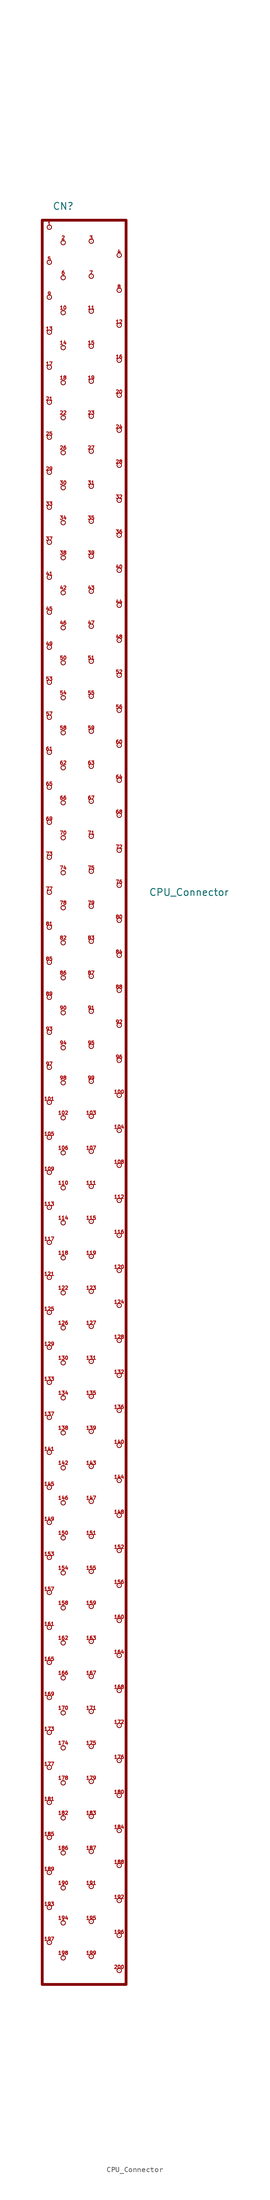
<source format=kicad_sym>
(kicad_symbol_lib
  (version 20220914)
  (generator kicad_symbol_editor)
  (symbol "CPU_Connector"
    (pin_names
      (offset 1.016))
    (property "Reference" "CN"
      (at -2.54 124.46 0)
      (effects (font (size 1.27 1.27))))
    (property "Value" "CPU_Connector"
      (at 20.32 0 0)
      (effects (font (size 1.27 1.27))))
    (symbol "CPU_Connector_1_1"
      (rectangle (start -6.35 121.92) (end 8.89 -198.12) (stroke (width 0.508) (type solid)) (fill (type none)))
      (circle (center -5.055 -190.5) (radius 0.406) (stroke (width 0) (type solid)) (fill (type none)))
      (circle (center -5.055 -184.15) (radius 0.406) (stroke (width 0) (type solid)) (fill (type none)))
      (circle (center -5.055 -177.8) (radius 0.406) (stroke (width 0) (type solid)) (fill (type none)))
      (circle (center -5.055 -171.45) (radius 0.406) (stroke (width 0) (type solid)) (fill (type none)))
      (circle (center -5.055 -165.1) (radius 0.406) (stroke (width 0) (type solid)) (fill (type none)))
      (circle (center -5.055 -158.75) (radius 0.406) (stroke (width 0) (type solid)) (fill (type none)))
      (circle (center -5.055 -152.4) (radius 0.406) (stroke (width 0) (type solid)) (fill (type none)))
      (circle (center -5.055 -146.05) (radius 0.406) (stroke (width 0) (type solid)) (fill (type none)))
      (circle (center -5.055 -139.7) (radius 0.406) (stroke (width 0) (type solid)) (fill (type none)))
      (circle (center -5.055 -133.35) (radius 0.406) (stroke (width 0) (type solid)) (fill (type none)))
      (circle (center -5.055 -127) (radius 0.406) (stroke (width 0) (type solid)) (fill (type none)))
      (circle (center -5.055 -120.65) (radius 0.406) (stroke (width 0) (type solid)) (fill (type none)))
      (circle (center -5.055 -114.3) (radius 0.406) (stroke (width 0) (type solid)) (fill (type none)))
      (circle (center -5.055 -107.95) (radius 0.406) (stroke (width 0) (type solid)) (fill (type none)))
      (circle (center -5.055 -101.6) (radius 0.406) (stroke (width 0) (type solid)) (fill (type none)))
      (circle (center -5.055 -95.25) (radius 0.406) (stroke (width 0) (type solid)) (fill (type none)))
      (circle (center -5.055 -88.9) (radius 0.406) (stroke (width 0) (type solid)) (fill (type none)))
      (circle (center -5.055 -82.55) (radius 0.406) (stroke (width 0) (type solid)) (fill (type none)))
      (circle (center -5.055 -76.2) (radius 0.406) (stroke (width 0) (type solid)) (fill (type none)))
      (circle (center -5.055 -69.85) (radius 0.406) (stroke (width 0) (type solid)) (fill (type none)))
      (circle (center -5.055 -63.5) (radius 0.406) (stroke (width 0) (type solid)) (fill (type none)))
      (circle (center -5.055 -57.15) (radius 0.406) (stroke (width 0) (type solid)) (fill (type none)))
      (circle (center -5.055 -50.8) (radius 0.406) (stroke (width 0) (type solid)) (fill (type none)))
      (circle (center -5.055 -44.45) (radius 0.406) (stroke (width 0) (type solid)) (fill (type none)))
      (circle (center -5.055 -38.1) (radius 0.406) (stroke (width 0) (type solid)) (fill (type none)))
      (circle (center -5.055 -31.75) (radius 0.406) (stroke (width 0) (type solid)) (fill (type none)))
      (circle (center -5.055 -25.4) (radius 0.406) (stroke (width 0) (type solid)) (fill (type none)))
      (circle (center -5.055 -19.05) (radius 0.406) (stroke (width 0) (type solid)) (fill (type none)))
      (circle (center -5.055 -12.7) (radius 0.406) (stroke (width 0) (type solid)) (fill (type none)))
      (circle (center -5.055 -6.35) (radius 0.406) (stroke (width 0) (type solid)) (fill (type none)))
      (circle (center -5.055 0) (radius 0.406) (stroke (width 0) (type solid)) (fill (type none)))
      (circle (center -5.055 6.35) (radius 0.406) (stroke (width 0) (type solid)) (fill (type none)))
      (circle (center -5.055 12.7) (radius 0.406) (stroke (width 0) (type solid)) (fill (type none)))
      (circle (center -5.055 19.05) (radius 0.406) (stroke (width 0) (type solid)) (fill (type none)))
      (circle (center -5.055 25.4) (radius 0.406) (stroke (width 0) (type solid)) (fill (type none)))
      (circle (center -5.055 31.75) (radius 0.406) (stroke (width 0) (type solid)) (fill (type none)))
      (circle (center -5.055 38.1) (radius 0.406) (stroke (width 0) (type solid)) (fill (type none)))
      (circle (center -5.055 44.45) (radius 0.406) (stroke (width 0) (type solid)) (fill (type none)))
      (circle (center -5.055 50.8) (radius 0.406) (stroke (width 0) (type solid)) (fill (type none)))
      (circle (center -5.055 57.15) (radius 0.406) (stroke (width 0) (type solid)) (fill (type none)))
      (circle (center -5.055 63.5) (radius 0.406) (stroke (width 0) (type solid)) (fill (type none)))
      (circle (center -5.055 69.85) (radius 0.406) (stroke (width 0) (type solid)) (fill (type none)))
      (circle (center -5.055 76.2) (radius 0.406) (stroke (width 0) (type solid)) (fill (type none)))
      (circle (center -5.055 82.55) (radius 0.406) (stroke (width 0) (type solid)) (fill (type none)))
      (circle (center -5.055 88.9) (radius 0.406) (stroke (width 0) (type solid)) (fill (type none)))
      (circle (center -5.055 95.25) (radius 0.406) (stroke (width 0) (type solid)) (fill (type none)))
      (circle (center -5.055 101.6) (radius 0.406) (stroke (width 0) (type solid)) (fill (type none)))
      (circle (center -5.055 107.95) (radius 0.406) (stroke (width 0) (type solid)) (fill (type none)))
      (circle (center -5.055 114.3) (radius 0.406) (stroke (width 0) (type solid)) (fill (type none)))
      (circle (center -5.055 120.65) (radius 0.406) (stroke (width 0) (type solid)) (fill (type none)))
      (circle (center -2.54 -193.294) (radius 0.406) (stroke (width 0) (type solid)) (fill (type none)))
      (circle (center -2.54 -186.944) (radius 0.406) (stroke (width 0) (type solid)) (fill (type none)))
      (circle (center -2.54 -180.594) (radius 0.406) (stroke (width 0) (type solid)) (fill (type none)))
      (circle (center -2.54 -174.244) (radius 0.406) (stroke (width 0) (type solid)) (fill (type none)))
      (circle (center -2.54 -167.894) (radius 0.406) (stroke (width 0) (type solid)) (fill (type none)))
      (circle (center -2.54 -161.544) (radius 0.406) (stroke (width 0) (type solid)) (fill (type none)))
      (circle (center -2.54 -155.194) (radius 0.406) (stroke (width 0) (type solid)) (fill (type none)))
      (circle (center -2.54 -148.844) (radius 0.406) (stroke (width 0) (type solid)) (fill (type none)))
      (circle (center -2.54 -142.494) (radius 0.406) (stroke (width 0) (type solid)) (fill (type none)))
      (circle (center -2.54 -136.144) (radius 0.406) (stroke (width 0) (type solid)) (fill (type none)))
      (circle (center -2.54 -129.794) (radius 0.406) (stroke (width 0) (type solid)) (fill (type none)))
      (circle (center -2.54 -123.444) (radius 0.406) (stroke (width 0) (type solid)) (fill (type none)))
      (circle (center -2.54 -117.094) (radius 0.406) (stroke (width 0) (type solid)) (fill (type none)))
      (circle (center -2.54 -110.744) (radius 0.406) (stroke (width 0) (type solid)) (fill (type none)))
      (circle (center -2.54 -104.394) (radius 0.406) (stroke (width 0) (type solid)) (fill (type none)))
      (circle (center -2.54 -98.044) (radius 0.406) (stroke (width 0) (type solid)) (fill (type none)))
      (circle (center -2.54 -91.694) (radius 0.406) (stroke (width 0) (type solid)) (fill (type none)))
      (circle (center -2.54 -85.344) (radius 0.406) (stroke (width 0) (type solid)) (fill (type none)))
      (circle (center -2.54 -78.994) (radius 0.406) (stroke (width 0) (type solid)) (fill (type none)))
      (circle (center -2.54 -72.644) (radius 0.406) (stroke (width 0) (type solid)) (fill (type none)))
      (circle (center -2.54 -66.294) (radius 0.406) (stroke (width 0) (type solid)) (fill (type none)))
      (circle (center -2.54 -59.944) (radius 0.406) (stroke (width 0) (type solid)) (fill (type none)))
      (circle (center -2.54 -53.594) (radius 0.406) (stroke (width 0) (type solid)) (fill (type none)))
      (circle (center -2.54 -47.244) (radius 0.406) (stroke (width 0) (type solid)) (fill (type none)))
      (circle (center -2.54 -40.894) (radius 0.406) (stroke (width 0) (type solid)) (fill (type none)))
      (circle (center -2.54 -34.544) (radius 0.406) (stroke (width 0) (type solid)) (fill (type none)))
      (circle (center -2.54 -28.194) (radius 0.406) (stroke (width 0) (type solid)) (fill (type none)))
      (circle (center -2.54 -21.844) (radius 0.406) (stroke (width 0) (type solid)) (fill (type none)))
      (circle (center -2.54 -15.494) (radius 0.406) (stroke (width 0) (type solid)) (fill (type none)))
      (circle (center -2.54 -9.144) (radius 0.406) (stroke (width 0) (type solid)) (fill (type none)))
      (circle (center -2.54 -2.794) (radius 0.406) (stroke (width 0) (type solid)) (fill (type none)))
      (circle (center -2.54 3.556) (radius 0.406) (stroke (width 0) (type solid)) (fill (type none)))
      (circle (center -2.54 9.906) (radius 0.406) (stroke (width 0) (type solid)) (fill (type none)))
      (circle (center -2.54 16.256) (radius 0.406) (stroke (width 0) (type solid)) (fill (type none)))
      (circle (center -2.54 22.606) (radius 0.406) (stroke (width 0) (type solid)) (fill (type none)))
      (circle (center -2.54 28.956) (radius 0.406) (stroke (width 0) (type solid)) (fill (type none)))
      (circle (center -2.54 35.306) (radius 0.406) (stroke (width 0) (type solid)) (fill (type none)))
      (circle (center -2.54 41.656) (radius 0.406) (stroke (width 0) (type solid)) (fill (type none)))
      (circle (center -2.54 48.006) (radius 0.406) (stroke (width 0) (type solid)) (fill (type none)))
      (circle (center -2.54 54.356) (radius 0.406) (stroke (width 0) (type solid)) (fill (type none)))
      (circle (center -2.54 60.706) (radius 0.406) (stroke (width 0) (type solid)) (fill (type none)))
      (circle (center -2.54 67.056) (radius 0.406) (stroke (width 0) (type solid)) (fill (type none)))
      (circle (center -2.54 73.406) (radius 0.406) (stroke (width 0) (type solid)) (fill (type none)))
      (circle (center -2.54 79.756) (radius 0.406) (stroke (width 0) (type solid)) (fill (type none)))
      (circle (center -2.54 86.106) (radius 0.406) (stroke (width 0) (type solid)) (fill (type none)))
      (circle (center -2.54 92.456) (radius 0.406) (stroke (width 0) (type solid)) (fill (type none)))
      (circle (center -2.54 98.806) (radius 0.406) (stroke (width 0) (type solid)) (fill (type none)))
      (circle (center -2.54 105.156) (radius 0.406) (stroke (width 0) (type solid)) (fill (type none)))
      (circle (center -2.54 111.506) (radius 0.406) (stroke (width 0) (type solid)) (fill (type none)))
      (circle (center -2.54 117.856) (radius 0.406) (stroke (width 0) (type solid)) (fill (type none)))
      (circle (center 2.565 -193.04) (radius 0.406) (stroke (width 0) (type solid)) (fill (type none)))
      (circle (center 2.565 -186.69) (radius 0.406) (stroke (width 0) (type solid)) (fill (type none)))
      (circle (center 2.565 -180.34) (radius 0.406) (stroke (width 0) (type solid)) (fill (type none)))
      (circle (center 2.565 -173.99) (radius 0.406) (stroke (width 0) (type solid)) (fill (type none)))
      (circle (center 2.565 -167.64) (radius 0.406) (stroke (width 0) (type solid)) (fill (type none)))
      (circle (center 2.565 -161.29) (radius 0.406) (stroke (width 0) (type solid)) (fill (type none)))
      (circle (center 2.565 -154.94) (radius 0.406) (stroke (width 0) (type solid)) (fill (type none)))
      (circle (center 2.565 -148.59) (radius 0.406) (stroke (width 0) (type solid)) (fill (type none)))
      (circle (center 2.565 -142.24) (radius 0.406) (stroke (width 0) (type solid)) (fill (type none)))
      (circle (center 2.565 -135.89) (radius 0.406) (stroke (width 0) (type solid)) (fill (type none)))
      (circle (center 2.565 -129.54) (radius 0.406) (stroke (width 0) (type solid)) (fill (type none)))
      (circle (center 2.565 -123.19) (radius 0.406) (stroke (width 0) (type solid)) (fill (type none)))
      (circle (center 2.565 -116.84) (radius 0.406) (stroke (width 0) (type solid)) (fill (type none)))
      (circle (center 2.565 -110.49) (radius 0.406) (stroke (width 0) (type solid)) (fill (type none)))
      (circle (center 2.565 -104.14) (radius 0.406) (stroke (width 0) (type solid)) (fill (type none)))
      (circle (center 2.565 -97.79) (radius 0.406) (stroke (width 0) (type solid)) (fill (type none)))
      (circle (center 2.565 -91.44) (radius 0.406) (stroke (width 0) (type solid)) (fill (type none)))
      (circle (center 2.565 -85.09) (radius 0.406) (stroke (width 0) (type solid)) (fill (type none)))
      (circle (center 2.565 -78.74) (radius 0.406) (stroke (width 0) (type solid)) (fill (type none)))
      (circle (center 2.565 -72.39) (radius 0.406) (stroke (width 0) (type solid)) (fill (type none)))
      (circle (center 2.565 -66.04) (radius 0.406) (stroke (width 0) (type solid)) (fill (type none)))
      (circle (center 2.565 -59.69) (radius 0.406) (stroke (width 0) (type solid)) (fill (type none)))
      (circle (center 2.565 -53.34) (radius 0.406) (stroke (width 0) (type solid)) (fill (type none)))
      (circle (center 2.565 -46.99) (radius 0.406) (stroke (width 0) (type solid)) (fill (type none)))
      (circle (center 2.565 -40.64) (radius 0.406) (stroke (width 0) (type solid)) (fill (type none)))
      (circle (center 2.565 -34.29) (radius 0.406) (stroke (width 0) (type solid)) (fill (type none)))
      (circle (center 2.565 -27.94) (radius 0.406) (stroke (width 0) (type solid)) (fill (type none)))
      (circle (center 2.565 -21.59) (radius 0.406) (stroke (width 0) (type solid)) (fill (type none)))
      (circle (center 2.565 -15.24) (radius 0.406) (stroke (width 0) (type solid)) (fill (type none)))
      (circle (center 2.565 -8.89) (radius 0.406) (stroke (width 0) (type solid)) (fill (type none)))
      (circle (center 2.565 -2.54) (radius 0.406) (stroke (width 0) (type solid)) (fill (type none)))
      (circle (center 2.565 3.81) (radius 0.406) (stroke (width 0) (type solid)) (fill (type none)))
      (circle (center 2.565 10.16) (radius 0.406) (stroke (width 0) (type solid)) (fill (type none)))
      (circle (center 2.565 16.51) (radius 0.406) (stroke (width 0) (type solid)) (fill (type none)))
      (circle (center 2.565 22.86) (radius 0.406) (stroke (width 0) (type solid)) (fill (type none)))
      (circle (center 2.565 29.21) (radius 0.406) (stroke (width 0) (type solid)) (fill (type none)))
      (circle (center 2.565 35.56) (radius 0.406) (stroke (width 0) (type solid)) (fill (type none)))
      (circle (center 2.565 41.91) (radius 0.406) (stroke (width 0) (type solid)) (fill (type none)))
      (circle (center 2.565 48.26) (radius 0.406) (stroke (width 0) (type solid)) (fill (type none)))
      (circle (center 2.565 54.61) (radius 0.406) (stroke (width 0) (type solid)) (fill (type none)))
      (circle (center 2.565 60.96) (radius 0.406) (stroke (width 0) (type solid)) (fill (type none)))
      (circle (center 2.565 67.31) (radius 0.406) (stroke (width 0) (type solid)) (fill (type none)))
      (circle (center 2.565 73.66) (radius 0.406) (stroke (width 0) (type solid)) (fill (type none)))
      (circle (center 2.565 80.01) (radius 0.406) (stroke (width 0) (type solid)) (fill (type none)))
      (circle (center 2.565 86.36) (radius 0.406) (stroke (width 0) (type solid)) (fill (type none)))
      (circle (center 2.565 92.71) (radius 0.406) (stroke (width 0) (type solid)) (fill (type none)))
      (circle (center 2.565 99.06) (radius 0.406) (stroke (width 0) (type solid)) (fill (type none)))
      (circle (center 2.565 105.41) (radius 0.406) (stroke (width 0) (type solid)) (fill (type none)))
      (circle (center 2.565 111.76) (radius 0.406) (stroke (width 0) (type solid)) (fill (type none)))
      (circle (center 2.565 118.11) (radius 0.406) (stroke (width 0) (type solid)) (fill (type none)))
      (circle (center 7.645 -195.58) (radius 0.406) (stroke (width 0) (type solid)) (fill (type none)))
      (circle (center 7.645 -189.23) (radius 0.406) (stroke (width 0) (type solid)) (fill (type none)))
      (circle (center 7.645 -182.88) (radius 0.406) (stroke (width 0) (type solid)) (fill (type none)))
      (circle (center 7.645 -176.53) (radius 0.406) (stroke (width 0) (type solid)) (fill (type none)))
      (circle (center 7.645 -170.18) (radius 0.406) (stroke (width 0) (type solid)) (fill (type none)))
      (circle (center 7.645 -163.83) (radius 0.406) (stroke (width 0) (type solid)) (fill (type none)))
      (circle (center 7.645 -157.48) (radius 0.406) (stroke (width 0) (type solid)) (fill (type none)))
      (circle (center 7.645 -151.13) (radius 0.406) (stroke (width 0) (type solid)) (fill (type none)))
      (circle (center 7.645 -144.78) (radius 0.406) (stroke (width 0) (type solid)) (fill (type none)))
      (circle (center 7.645 -138.43) (radius 0.406) (stroke (width 0) (type solid)) (fill (type none)))
      (circle (center 7.645 -132.08) (radius 0.406) (stroke (width 0) (type solid)) (fill (type none)))
      (circle (center 7.645 -125.73) (radius 0.406) (stroke (width 0) (type solid)) (fill (type none)))
      (circle (center 7.645 -119.38) (radius 0.406) (stroke (width 0) (type solid)) (fill (type none)))
      (circle (center 7.645 -113.03) (radius 0.406) (stroke (width 0) (type solid)) (fill (type none)))
      (circle (center 7.645 -106.68) (radius 0.406) (stroke (width 0) (type solid)) (fill (type none)))
      (circle (center 7.645 -100.33) (radius 0.406) (stroke (width 0) (type solid)) (fill (type none)))
      (circle (center 7.645 -93.98) (radius 0.406) (stroke (width 0) (type solid)) (fill (type none)))
      (circle (center 7.645 -87.63) (radius 0.406) (stroke (width 0) (type solid)) (fill (type none)))
      (circle (center 7.645 -81.28) (radius 0.406) (stroke (width 0) (type solid)) (fill (type none)))
      (circle (center 7.645 -74.93) (radius 0.406) (stroke (width 0) (type solid)) (fill (type none)))
      (circle (center 7.645 -68.58) (radius 0.406) (stroke (width 0) (type solid)) (fill (type none)))
      (circle (center 7.645 -62.23) (radius 0.406) (stroke (width 0) (type solid)) (fill (type none)))
      (circle (center 7.645 -55.88) (radius 0.406) (stroke (width 0) (type solid)) (fill (type none)))
      (circle (center 7.645 -49.53) (radius 0.406) (stroke (width 0) (type solid)) (fill (type none)))
      (circle (center 7.645 -43.18) (radius 0.406) (stroke (width 0) (type solid)) (fill (type none)))
      (circle (center 7.645 -36.83) (radius 0.406) (stroke (width 0) (type solid)) (fill (type none)))
      (circle (center 7.645 -30.48) (radius 0.406) (stroke (width 0) (type solid)) (fill (type none)))
      (circle (center 7.645 -24.13) (radius 0.406) (stroke (width 0) (type solid)) (fill (type none)))
      (circle (center 7.645 -17.78) (radius 0.406) (stroke (width 0) (type solid)) (fill (type none)))
      (circle (center 7.645 -11.43) (radius 0.406) (stroke (width 0) (type solid)) (fill (type none)))
      (circle (center 7.645 -5.08) (radius 0.406) (stroke (width 0) (type solid)) (fill (type none)))
      (circle (center 7.645 1.27) (radius 0.406) (stroke (width 0) (type solid)) (fill (type none)))
      (circle (center 7.645 7.62) (radius 0.406) (stroke (width 0) (type solid)) (fill (type none)))
      (circle (center 7.645 13.97) (radius 0.406) (stroke (width 0) (type solid)) (fill (type none)))
      (circle (center 7.645 20.32) (radius 0.406) (stroke (width 0) (type solid)) (fill (type none)))
      (circle (center 7.645 26.67) (radius 0.406) (stroke (width 0) (type solid)) (fill (type none)))
      (circle (center 7.645 33.02) (radius 0.406) (stroke (width 0) (type solid)) (fill (type none)))
      (circle (center 7.645 39.37) (radius 0.406) (stroke (width 0) (type solid)) (fill (type none)))
      (circle (center 7.645 45.72) (radius 0.406) (stroke (width 0) (type solid)) (fill (type none)))
      (circle (center 7.645 52.07) (radius 0.406) (stroke (width 0) (type solid)) (fill (type none)))
      (circle (center 7.645 58.42) (radius 0.406) (stroke (width 0) (type solid)) (fill (type none)))
      (circle (center 7.645 64.77) (radius 0.406) (stroke (width 0) (type solid)) (fill (type none)))
      (circle (center 7.645 71.12) (radius 0.406) (stroke (width 0) (type solid)) (fill (type none)))
      (circle (center 7.645 77.47) (radius 0.406) (stroke (width 0) (type solid)) (fill (type none)))
      (circle (center 7.645 83.82) (radius 0.406) (stroke (width 0) (type solid)) (fill (type none)))
      (circle (center 7.645 90.17) (radius 0.406) (stroke (width 0) (type solid)) (fill (type none)))
      (circle (center 7.645 96.52) (radius 0.406) (stroke (width 0) (type solid)) (fill (type none)))
      (circle (center 7.645 102.87) (radius 0.406) (stroke (width 0) (type solid)) (fill (type none)))
      (circle (center 7.645 109.22) (radius 0.406) (stroke (width 0) (type solid)) (fill (type none)))
      (circle (center 7.645 115.57) (radius 0.406) (stroke (width 0) (type solid)) (fill (type none)))
      (pin passive line (at -5.08 120.65 0) (length 0) (name "~" (effects (font (size 0.635 0.635)))) (number "1" (effects (font (size 0.635 0.635)))))
      (pin passive line (at -2.54 105.41 180) (length 0) (name "~" (effects (font (size 0.635 0.635)))) (number "10" (effects (font (size 0.635 0.635)))))
      (pin passive line (at 7.62 -36.83 0) (length 0) (name "~" (effects (font (size 0.635 0.635)))) (number "100" (effects (font (size 0.635 0.635)))))
      (pin passive line (at -5.08 -38.1 0) (length 0) (name "~" (effects (font (size 0.635 0.635)))) (number "101" (effects (font (size 0.635 0.635)))))
      (pin passive line (at -2.54 -40.64 180) (length 0) (name "~" (effects (font (size 0.635 0.635)))) (number "102" (effects (font (size 0.635 0.635)))))
      (pin passive line (at 2.54 -40.64 0) (length 0) (name "~" (effects (font (size 0.635 0.635)))) (number "103" (effects (font (size 0.635 0.635)))))
      (pin passive line (at 7.62 -43.18 0) (length 0) (name "~" (effects (font (size 0.635 0.635)))) (number "104" (effects (font (size 0.635 0.635)))))
      (pin passive line (at -5.08 -44.45 0) (length 0) (name "~" (effects (font (size 0.635 0.635)))) (number "105" (effects (font (size 0.635 0.635)))))
      (pin passive line (at -2.54 -46.99 180) (length 0) (name "~" (effects (font (size 0.635 0.635)))) (number "106" (effects (font (size 0.635 0.635)))))
      (pin passive line (at 2.54 -46.99 0) (length 0) (name "~" (effects (font (size 0.635 0.635)))) (number "107" (effects (font (size 0.635 0.635)))))
      (pin passive line (at 7.62 -49.53 0) (length 0) (name "~" (effects (font (size 0.635 0.635)))) (number "108" (effects (font (size 0.635 0.635)))))
      (pin passive line (at -5.08 -50.8 0) (length 0) (name "~" (effects (font (size 0.635 0.635)))) (number "109" (effects (font (size 0.635 0.635)))))
      (pin passive line (at 2.54 105.41 0) (length 0) (name "~" (effects (font (size 0.635 0.635)))) (number "11" (effects (font (size 0.635 0.635)))))
      (pin passive line (at -2.54 -53.34 180) (length 0) (name "~" (effects (font (size 0.635 0.635)))) (number "110" (effects (font (size 0.635 0.635)))))
      (pin passive line (at 2.54 -53.34 0) (length 0) (name "~" (effects (font (size 0.635 0.635)))) (number "111" (effects (font (size 0.635 0.635)))))
      (pin passive line (at 7.62 -55.88 0) (length 0) (name "~" (effects (font (size 0.635 0.635)))) (number "112" (effects (font (size 0.635 0.635)))))
      (pin passive line (at -5.08 -57.15 0) (length 0) (name "~" (effects (font (size 0.635 0.635)))) (number "113" (effects (font (size 0.635 0.635)))))
      (pin passive line (at -2.54 -59.69 180) (length 0) (name "~" (effects (font (size 0.635 0.635)))) (number "114" (effects (font (size 0.635 0.635)))))
      (pin passive line (at 2.54 -59.69 0) (length 0) (name "~" (effects (font (size 0.635 0.635)))) (number "115" (effects (font (size 0.635 0.635)))))
      (pin passive line (at 7.62 -62.23 0) (length 0) (name "~" (effects (font (size 0.635 0.635)))) (number "116" (effects (font (size 0.635 0.635)))))
      (pin passive line (at -5.08 -63.5 0) (length 0) (name "~" (effects (font (size 0.635 0.635)))) (number "117" (effects (font (size 0.635 0.635)))))
      (pin passive line (at -2.54 -66.04 180) (length 0) (name "~" (effects (font (size 0.635 0.635)))) (number "118" (effects (font (size 0.635 0.635)))))
      (pin passive line (at 2.54 -66.04 0) (length 0) (name "~" (effects (font (size 0.635 0.635)))) (number "119" (effects (font (size 0.635 0.635)))))
      (pin passive line (at 7.62 102.87 0) (length 0) (name "~" (effects (font (size 0.635 0.635)))) (number "12" (effects (font (size 0.635 0.635)))))
      (pin passive line (at 7.62 -68.58 0) (length 0) (name "~" (effects (font (size 0.635 0.635)))) (number "120" (effects (font (size 0.635 0.635)))))
      (pin passive line (at -5.08 -69.85 0) (length 0) (name "~" (effects (font (size 0.635 0.635)))) (number "121" (effects (font (size 0.635 0.635)))))
      (pin passive line (at -2.54 -72.39 180) (length 0) (name "~" (effects (font (size 0.635 0.635)))) (number "122" (effects (font (size 0.635 0.635)))))
      (pin passive line (at 2.54 -72.39 0) (length 0) (name "~" (effects (font (size 0.635 0.635)))) (number "123" (effects (font (size 0.635 0.635)))))
      (pin passive line (at 7.62 -74.93 0) (length 0) (name "~" (effects (font (size 0.635 0.635)))) (number "124" (effects (font (size 0.635 0.635)))))
      (pin passive line (at -5.08 -76.2 0) (length 0) (name "~" (effects (font (size 0.635 0.635)))) (number "125" (effects (font (size 0.635 0.635)))))
      (pin passive line (at -2.54 -78.74 180) (length 0) (name "~" (effects (font (size 0.635 0.635)))) (number "126" (effects (font (size 0.635 0.635)))))
      (pin passive line (at 2.54 -78.74 0) (length 0) (name "~" (effects (font (size 0.635 0.635)))) (number "127" (effects (font (size 0.635 0.635)))))
      (pin passive line (at 7.62 -81.28 0) (length 0) (name "~" (effects (font (size 0.635 0.635)))) (number "128" (effects (font (size 0.635 0.635)))))
      (pin passive line (at -5.08 -82.55 0) (length 0) (name "~" (effects (font (size 0.635 0.635)))) (number "129" (effects (font (size 0.635 0.635)))))
      (pin passive line (at -5.08 101.6 0) (length 0) (name "~" (effects (font (size 0.635 0.635)))) (number "13" (effects (font (size 0.635 0.635)))))
      (pin passive line (at -2.54 -85.09 180) (length 0) (name "~" (effects (font (size 0.635 0.635)))) (number "130" (effects (font (size 0.635 0.635)))))
      (pin passive line (at 2.54 -85.09 0) (length 0) (name "~" (effects (font (size 0.635 0.635)))) (number "131" (effects (font (size 0.635 0.635)))))
      (pin passive line (at 7.62 -87.63 0) (length 0) (name "~" (effects (font (size 0.635 0.635)))) (number "132" (effects (font (size 0.635 0.635)))))
      (pin passive line (at -5.08 -88.9 0) (length 0) (name "~" (effects (font (size 0.635 0.635)))) (number "133" (effects (font (size 0.635 0.635)))))
      (pin passive line (at -2.54 -91.44 180) (length 0) (name "~" (effects (font (size 0.635 0.635)))) (number "134" (effects (font (size 0.635 0.635)))))
      (pin passive line (at 2.54 -91.44 0) (length 0) (name "~" (effects (font (size 0.635 0.635)))) (number "135" (effects (font (size 0.635 0.635)))))
      (pin passive line (at 7.62 -93.98 0) (length 0) (name "~" (effects (font (size 0.635 0.635)))) (number "136" (effects (font (size 0.635 0.635)))))
      (pin passive line (at -5.08 -95.25 0) (length 0) (name "~" (effects (font (size 0.635 0.635)))) (number "137" (effects (font (size 0.635 0.635)))))
      (pin passive line (at -2.54 -97.79 180) (length 0) (name "~" (effects (font (size 0.635 0.635)))) (number "138" (effects (font (size 0.635 0.635)))))
      (pin passive line (at 2.54 -97.79 0) (length 0) (name "~" (effects (font (size 0.635 0.635)))) (number "139" (effects (font (size 0.635 0.635)))))
      (pin passive line (at -2.54 99.06 180) (length 0) (name "~" (effects (font (size 0.635 0.635)))) (number "14" (effects (font (size 0.635 0.635)))))
      (pin passive line (at 7.62 -100.33 0) (length 0) (name "~" (effects (font (size 0.635 0.635)))) (number "140" (effects (font (size 0.635 0.635)))))
      (pin passive line (at -5.08 -101.6 0) (length 0) (name "~" (effects (font (size 0.635 0.635)))) (number "141" (effects (font (size 0.635 0.635)))))
      (pin passive line (at -2.54 -104.14 180) (length 0) (name "~" (effects (font (size 0.635 0.635)))) (number "142" (effects (font (size 0.635 0.635)))))
      (pin passive line (at 2.54 -104.14 0) (length 0) (name "~" (effects (font (size 0.635 0.635)))) (number "143" (effects (font (size 0.635 0.635)))))
      (pin passive line (at 7.62 -106.68 0) (length 0) (name "~" (effects (font (size 0.635 0.635)))) (number "144" (effects (font (size 0.635 0.635)))))
      (pin passive line (at -5.08 -107.95 0) (length 0) (name "~" (effects (font (size 0.635 0.635)))) (number "145" (effects (font (size 0.635 0.635)))))
      (pin passive line (at -2.54 -110.49 180) (length 0) (name "~" (effects (font (size 0.635 0.635)))) (number "146" (effects (font (size 0.635 0.635)))))
      (pin passive line (at 2.54 -110.49 0) (length 0) (name "~" (effects (font (size 0.635 0.635)))) (number "147" (effects (font (size 0.635 0.635)))))
      (pin passive line (at 7.62 -113.03 0) (length 0) (name "~" (effects (font (size 0.635 0.635)))) (number "148" (effects (font (size 0.635 0.635)))))
      (pin passive line (at -5.08 -114.3 0) (length 0) (name "~" (effects (font (size 0.635 0.635)))) (number "149" (effects (font (size 0.635 0.635)))))
      (pin passive line (at 2.54 99.06 0) (length 0) (name "~" (effects (font (size 0.635 0.635)))) (number "15" (effects (font (size 0.635 0.635)))))
      (pin passive line (at -2.54 -116.84 180) (length 0) (name "~" (effects (font (size 0.635 0.635)))) (number "150" (effects (font (size 0.635 0.635)))))
      (pin passive line (at 2.54 -116.84 0) (length 0) (name "~" (effects (font (size 0.635 0.635)))) (number "151" (effects (font (size 0.635 0.635)))))
      (pin passive line (at 7.62 -119.38 0) (length 0) (name "~" (effects (font (size 0.635 0.635)))) (number "152" (effects (font (size 0.635 0.635)))))
      (pin passive line (at -5.08 -120.65 0) (length 0) (name "~" (effects (font (size 0.635 0.635)))) (number "153" (effects (font (size 0.635 0.635)))))
      (pin passive line (at -2.54 -123.19 180) (length 0) (name "~" (effects (font (size 0.635 0.635)))) (number "154" (effects (font (size 0.635 0.635)))))
      (pin passive line (at 2.54 -123.19 0) (length 0) (name "~" (effects (font (size 0.635 0.635)))) (number "155" (effects (font (size 0.635 0.635)))))
      (pin passive line (at 7.62 -125.73 0) (length 0) (name "~" (effects (font (size 0.635 0.635)))) (number "156" (effects (font (size 0.635 0.635)))))
      (pin passive line (at -5.08 -127 0) (length 0) (name "~" (effects (font (size 0.635 0.635)))) (number "157" (effects (font (size 0.635 0.635)))))
      (pin passive line (at -2.54 -129.54 180) (length 0) (name "~" (effects (font (size 0.635 0.635)))) (number "158" (effects (font (size 0.635 0.635)))))
      (pin passive line (at 2.54 -129.54 0) (length 0) (name "~" (effects (font (size 0.635 0.635)))) (number "159" (effects (font (size 0.635 0.635)))))
      (pin passive line (at 7.62 96.52 0) (length 0) (name "~" (effects (font (size 0.635 0.635)))) (number "16" (effects (font (size 0.635 0.635)))))
      (pin passive line (at 7.62 -132.08 0) (length 0) (name "~" (effects (font (size 0.635 0.635)))) (number "160" (effects (font (size 0.635 0.635)))))
      (pin passive line (at -5.08 -133.35 0) (length 0) (name "~" (effects (font (size 0.635 0.635)))) (number "161" (effects (font (size 0.635 0.635)))))
      (pin passive line (at -2.54 -135.89 180) (length 0) (name "~" (effects (font (size 0.635 0.635)))) (number "162" (effects (font (size 0.635 0.635)))))
      (pin passive line (at 2.54 -135.89 0) (length 0) (name "~" (effects (font (size 0.635 0.635)))) (number "163" (effects (font (size 0.635 0.635)))))
      (pin passive line (at 7.62 -138.43 0) (length 0) (name "~" (effects (font (size 0.635 0.635)))) (number "164" (effects (font (size 0.635 0.635)))))
      (pin passive line (at -5.08 -139.7 0) (length 0) (name "~" (effects (font (size 0.635 0.635)))) (number "165" (effects (font (size 0.635 0.635)))))
      (pin passive line (at -2.54 -142.24 180) (length 0) (name "~" (effects (font (size 0.635 0.635)))) (number "166" (effects (font (size 0.635 0.635)))))
      (pin passive line (at 2.54 -142.24 0) (length 0) (name "~" (effects (font (size 0.635 0.635)))) (number "167" (effects (font (size 0.635 0.635)))))
      (pin passive line (at 7.62 -144.78 0) (length 0) (name "~" (effects (font (size 0.635 0.635)))) (number "168" (effects (font (size 0.635 0.635)))))
      (pin passive line (at -5.08 -146.05 0) (length 0) (name "~" (effects (font (size 0.635 0.635)))) (number "169" (effects (font (size 0.635 0.635)))))
      (pin passive line (at -5.08 95.25 0) (length 0) (name "~" (effects (font (size 0.635 0.635)))) (number "17" (effects (font (size 0.635 0.635)))))
      (pin passive line (at -2.54 -148.59 180) (length 0) (name "~" (effects (font (size 0.635 0.635)))) (number "170" (effects (font (size 0.635 0.635)))))
      (pin passive line (at 2.54 -148.59 0) (length 0) (name "~" (effects (font (size 0.635 0.635)))) (number "171" (effects (font (size 0.635 0.635)))))
      (pin passive line (at 7.62 -151.13 0) (length 0) (name "~" (effects (font (size 0.635 0.635)))) (number "172" (effects (font (size 0.635 0.635)))))
      (pin passive line (at -5.08 -152.4 0) (length 0) (name "~" (effects (font (size 0.635 0.635)))) (number "173" (effects (font (size 0.635 0.635)))))
      (pin passive line (at -2.54 -154.94 180) (length 0) (name "~" (effects (font (size 0.635 0.635)))) (number "174" (effects (font (size 0.635 0.635)))))
      (pin passive line (at 2.54 -154.94 0) (length 0) (name "~" (effects (font (size 0.635 0.635)))) (number "175" (effects (font (size 0.635 0.635)))))
      (pin passive line (at 7.62 -157.48 0) (length 0) (name "~" (effects (font (size 0.635 0.635)))) (number "176" (effects (font (size 0.635 0.635)))))
      (pin passive line (at -5.08 -158.75 0) (length 0) (name "~" (effects (font (size 0.635 0.635)))) (number "177" (effects (font (size 0.635 0.635)))))
      (pin passive line (at -2.54 -161.29 180) (length 0) (name "~" (effects (font (size 0.635 0.635)))) (number "178" (effects (font (size 0.635 0.635)))))
      (pin passive line (at 2.54 -161.29 0) (length 0) (name "~" (effects (font (size 0.635 0.635)))) (number "179" (effects (font (size 0.635 0.635)))))
      (pin passive line (at -2.54 92.71 180) (length 0) (name "~" (effects (font (size 0.635 0.635)))) (number "18" (effects (font (size 0.635 0.635)))))
      (pin passive line (at 7.62 -163.83 0) (length 0) (name "~" (effects (font (size 0.635 0.635)))) (number "180" (effects (font (size 0.635 0.635)))))
      (pin passive line (at -5.08 -165.1 0) (length 0) (name "~" (effects (font (size 0.635 0.635)))) (number "181" (effects (font (size 0.635 0.635)))))
      (pin passive line (at -2.54 -167.64 180) (length 0) (name "~" (effects (font (size 0.635 0.635)))) (number "182" (effects (font (size 0.635 0.635)))))
      (pin passive line (at 2.54 -167.64 0) (length 0) (name "~" (effects (font (size 0.635 0.635)))) (number "183" (effects (font (size 0.635 0.635)))))
      (pin passive line (at 7.62 -170.18 0) (length 0) (name "~" (effects (font (size 0.635 0.635)))) (number "184" (effects (font (size 0.635 0.635)))))
      (pin passive line (at -5.08 -171.45 0) (length 0) (name "~" (effects (font (size 0.635 0.635)))) (number "185" (effects (font (size 0.635 0.635)))))
      (pin passive line (at -2.54 -173.99 180) (length 0) (name "~" (effects (font (size 0.635 0.635)))) (number "186" (effects (font (size 0.635 0.635)))))
      (pin passive line (at 2.54 -173.99 0) (length 0) (name "~" (effects (font (size 0.635 0.635)))) (number "187" (effects (font (size 0.635 0.635)))))
      (pin passive line (at 7.62 -176.53 0) (length 0) (name "~" (effects (font (size 0.635 0.635)))) (number "188" (effects (font (size 0.635 0.635)))))
      (pin passive line (at -5.08 -177.8 0) (length 0) (name "~" (effects (font (size 0.635 0.635)))) (number "189" (effects (font (size 0.635 0.635)))))
      (pin passive line (at 2.54 92.71 0) (length 0) (name "~" (effects (font (size 0.635 0.635)))) (number "19" (effects (font (size 0.635 0.635)))))
      (pin passive line (at -2.54 -180.34 180) (length 0) (name "~" (effects (font (size 0.635 0.635)))) (number "190" (effects (font (size 0.635 0.635)))))
      (pin passive line (at 2.54 -180.34 0) (length 0) (name "~" (effects (font (size 0.635 0.635)))) (number "191" (effects (font (size 0.635 0.635)))))
      (pin passive line (at 7.62 -182.88 0) (length 0) (name "~" (effects (font (size 0.635 0.635)))) (number "192" (effects (font (size 0.635 0.635)))))
      (pin passive line (at -5.08 -184.15 0) (length 0) (name "~" (effects (font (size 0.635 0.635)))) (number "193" (effects (font (size 0.635 0.635)))))
      (pin passive line (at -2.54 -186.69 180) (length 0) (name "~" (effects (font (size 0.635 0.635)))) (number "194" (effects (font (size 0.635 0.635)))))
      (pin passive line (at 2.54 -186.69 0) (length 0) (name "~" (effects (font (size 0.635 0.635)))) (number "195" (effects (font (size 0.635 0.635)))))
      (pin passive line (at 7.62 -189.23 0) (length 0) (name "~" (effects (font (size 0.635 0.635)))) (number "196" (effects (font (size 0.635 0.635)))))
      (pin passive line (at -5.08 -190.5 0) (length 0) (name "~" (effects (font (size 0.635 0.635)))) (number "197" (effects (font (size 0.635 0.635)))))
      (pin passive line (at -2.54 -193.04 180) (length 0) (name "~" (effects (font (size 0.635 0.635)))) (number "198" (effects (font (size 0.635 0.635)))))
      (pin passive line (at 2.54 -193.04 0) (length 0) (name "~" (effects (font (size 0.635 0.635)))) (number "199" (effects (font (size 0.635 0.635)))))
      (pin passive line (at -2.54 118.11 180) (length 0) (name "~" (effects (font (size 0.635 0.635)))) (number "2" (effects (font (size 0.635 0.635)))))
      (pin passive line (at 7.62 90.17 0) (length 0) (name "~" (effects (font (size 0.635 0.635)))) (number "20" (effects (font (size 0.635 0.635)))))
      (pin passive line (at 7.62 -195.58 0) (length 0) (name "~" (effects (font (size 0.635 0.635)))) (number "200" (effects (font (size 0.635 0.635)))))
      (pin passive line (at -5.08 88.9 0) (length 0) (name "~" (effects (font (size 0.635 0.635)))) (number "21" (effects (font (size 0.635 0.635)))))
      (pin passive line (at -2.54 86.36 180) (length 0) (name "~" (effects (font (size 0.635 0.635)))) (number "22" (effects (font (size 0.635 0.635)))))
      (pin passive line (at 2.54 86.36 0) (length 0) (name "~" (effects (font (size 0.635 0.635)))) (number "23" (effects (font (size 0.635 0.635)))))
      (pin passive line (at 7.62 83.82 0) (length 0) (name "~" (effects (font (size 0.635 0.635)))) (number "24" (effects (font (size 0.635 0.635)))))
      (pin passive line (at -5.08 82.55 0) (length 0) (name "~" (effects (font (size 0.635 0.635)))) (number "25" (effects (font (size 0.635 0.635)))))
      (pin passive line (at -2.54 80.01 180) (length 0) (name "~" (effects (font (size 0.635 0.635)))) (number "26" (effects (font (size 0.635 0.635)))))
      (pin passive line (at 2.54 80.01 0) (length 0) (name "~" (effects (font (size 0.635 0.635)))) (number "27" (effects (font (size 0.635 0.635)))))
      (pin passive line (at 7.62 77.47 0) (length 0) (name "~" (effects (font (size 0.635 0.635)))) (number "28" (effects (font (size 0.635 0.635)))))
      (pin passive line (at -5.08 76.2 0) (length 0) (name "~" (effects (font (size 0.635 0.635)))) (number "29" (effects (font (size 0.635 0.635)))))
      (pin passive line (at 2.54 118.11 0) (length 0) (name "~" (effects (font (size 0.635 0.635)))) (number "3" (effects (font (size 0.635 0.635)))))
      (pin passive line (at -2.54 73.66 180) (length 0) (name "~" (effects (font (size 0.635 0.635)))) (number "30" (effects (font (size 0.635 0.635)))))
      (pin passive line (at 2.54 73.66 0) (length 0) (name "~" (effects (font (size 0.635 0.635)))) (number "31" (effects (font (size 0.635 0.635)))))
      (pin passive line (at 7.62 71.12 0) (length 0) (name "~" (effects (font (size 0.635 0.635)))) (number "32" (effects (font (size 0.635 0.635)))))
      (pin passive line (at -5.08 69.85 0) (length 0) (name "~" (effects (font (size 0.635 0.635)))) (number "33" (effects (font (size 0.635 0.635)))))
      (pin passive line (at -2.54 67.31 180) (length 0) (name "~" (effects (font (size 0.635 0.635)))) (number "34" (effects (font (size 0.635 0.635)))))
      (pin passive line (at 2.54 67.31 0) (length 0) (name "~" (effects (font (size 0.635 0.635)))) (number "35" (effects (font (size 0.635 0.635)))))
      (pin passive line (at 7.62 64.77 0) (length 0) (name "~" (effects (font (size 0.635 0.635)))) (number "36" (effects (font (size 0.635 0.635)))))
      (pin passive line (at -5.08 63.5 0) (length 0) (name "~" (effects (font (size 0.635 0.635)))) (number "37" (effects (font (size 0.635 0.635)))))
      (pin passive line (at -2.54 60.96 180) (length 0) (name "~" (effects (font (size 0.635 0.635)))) (number "38" (effects (font (size 0.635 0.635)))))
      (pin passive line (at 2.54 60.96 0) (length 0) (name "~" (effects (font (size 0.635 0.635)))) (number "39" (effects (font (size 0.635 0.635)))))
      (pin passive line (at 7.62 115.57 0) (length 0) (name "~" (effects (font (size 0.635 0.635)))) (number "4" (effects (font (size 0.635 0.635)))))
      (pin passive line (at 7.62 58.42 0) (length 0) (name "~" (effects (font (size 0.635 0.635)))) (number "40" (effects (font (size 0.635 0.635)))))
      (pin passive line (at -5.08 57.15 0) (length 0) (name "~" (effects (font (size 0.635 0.635)))) (number "41" (effects (font (size 0.635 0.635)))))
      (pin passive line (at -2.54 54.61 180) (length 0) (name "~" (effects (font (size 0.635 0.635)))) (number "42" (effects (font (size 0.635 0.635)))))
      (pin passive line (at 2.54 54.61 0) (length 0) (name "~" (effects (font (size 0.635 0.635)))) (number "43" (effects (font (size 0.635 0.635)))))
      (pin passive line (at 7.62 52.07 0) (length 0) (name "~" (effects (font (size 0.635 0.635)))) (number "44" (effects (font (size 0.635 0.635)))))
      (pin passive line (at -5.08 50.8 0) (length 0) (name "~" (effects (font (size 0.635 0.635)))) (number "45" (effects (font (size 0.635 0.635)))))
      (pin passive line (at -2.54 48.26 180) (length 0) (name "~" (effects (font (size 0.635 0.635)))) (number "46" (effects (font (size 0.635 0.635)))))
      (pin passive line (at 2.54 48.26 0) (length 0) (name "~" (effects (font (size 0.635 0.635)))) (number "47" (effects (font (size 0.635 0.635)))))
      (pin passive line (at 7.62 45.72 0) (length 0) (name "~" (effects (font (size 0.635 0.635)))) (number "48" (effects (font (size 0.635 0.635)))))
      (pin passive line (at -5.08 44.45 0) (length 0) (name "~" (effects (font (size 0.635 0.635)))) (number "49" (effects (font (size 0.635 0.635)))))
      (pin passive line (at -5.08 114.3 0) (length 0) (name "~" (effects (font (size 0.635 0.635)))) (number "5" (effects (font (size 0.635 0.635)))))
      (pin passive line (at -2.54 41.91 180) (length 0) (name "~" (effects (font (size 0.635 0.635)))) (number "50" (effects (font (size 0.635 0.635)))))
      (pin passive line (at 2.54 41.91 0) (length 0) (name "~" (effects (font (size 0.635 0.635)))) (number "51" (effects (font (size 0.635 0.635)))))
      (pin passive line (at 7.62 39.37 0) (length 0) (name "~" (effects (font (size 0.635 0.635)))) (number "52" (effects (font (size 0.635 0.635)))))
      (pin passive line (at -5.08 38.1 0) (length 0) (name "~" (effects (font (size 0.635 0.635)))) (number "53" (effects (font (size 0.635 0.635)))))
      (pin passive line (at -2.54 35.56 180) (length 0) (name "~" (effects (font (size 0.635 0.635)))) (number "54" (effects (font (size 0.635 0.635)))))
      (pin passive line (at 2.54 35.56 0) (length 0) (name "~" (effects (font (size 0.635 0.635)))) (number "55" (effects (font (size 0.635 0.635)))))
      (pin passive line (at 7.62 33.02 0) (length 0) (name "~" (effects (font (size 0.635 0.635)))) (number "56" (effects (font (size 0.635 0.635)))))
      (pin passive line (at -5.08 31.75 0) (length 0) (name "~" (effects (font (size 0.635 0.635)))) (number "57" (effects (font (size 0.635 0.635)))))
      (pin passive line (at -2.54 29.21 180) (length 0) (name "~" (effects (font (size 0.635 0.635)))) (number "58" (effects (font (size 0.635 0.635)))))
      (pin passive line (at 2.54 29.21 0) (length 0) (name "~" (effects (font (size 0.635 0.635)))) (number "59" (effects (font (size 0.635 0.635)))))
      (pin passive line (at -2.54 111.76 180) (length 0) (name "~" (effects (font (size 0.635 0.635)))) (number "6" (effects (font (size 0.635 0.635)))))
      (pin passive line (at 7.62 26.67 0) (length 0) (name "~" (effects (font (size 0.635 0.635)))) (number "60" (effects (font (size 0.635 0.635)))))
      (pin passive line (at -5.08 25.4 0) (length 0) (name "~" (effects (font (size 0.635 0.635)))) (number "61" (effects (font (size 0.635 0.635)))))
      (pin passive line (at -2.54 22.86 180) (length 0) (name "~" (effects (font (size 0.635 0.635)))) (number "62" (effects (font (size 0.635 0.635)))))
      (pin passive line (at 2.54 22.86 0) (length 0) (name "~" (effects (font (size 0.635 0.635)))) (number "63" (effects (font (size 0.635 0.635)))))
      (pin passive line (at 7.62 20.32 0) (length 0) (name "~" (effects (font (size 0.635 0.635)))) (number "64" (effects (font (size 0.635 0.635)))))
      (pin passive line (at -5.08 19.05 0) (length 0) (name "~" (effects (font (size 0.635 0.635)))) (number "65" (effects (font (size 0.635 0.635)))))
      (pin passive line (at -2.54 16.51 180) (length 0) (name "~" (effects (font (size 0.635 0.635)))) (number "66" (effects (font (size 0.635 0.635)))))
      (pin passive line (at 2.54 16.51 0) (length 0) (name "~" (effects (font (size 0.635 0.635)))) (number "67" (effects (font (size 0.635 0.635)))))
      (pin passive line (at 7.62 13.97 0) (length 0) (name "~" (effects (font (size 0.635 0.635)))) (number "68" (effects (font (size 0.635 0.635)))))
      (pin passive line (at -5.08 12.7 0) (length 0) (name "~" (effects (font (size 0.635 0.635)))) (number "69" (effects (font (size 0.635 0.635)))))
      (pin passive line (at 2.54 111.76 0) (length 0) (name "~" (effects (font (size 0.635 0.635)))) (number "7" (effects (font (size 0.635 0.635)))))
      (pin passive line (at -2.54 10.16 180) (length 0) (name "~" (effects (font (size 0.635 0.635)))) (number "70" (effects (font (size 0.635 0.635)))))
      (pin passive line (at 2.54 10.16 0) (length 0) (name "~" (effects (font (size 0.635 0.635)))) (number "71" (effects (font (size 0.635 0.635)))))
      (pin passive line (at 7.62 7.62 0) (length 0) (name "~" (effects (font (size 0.635 0.635)))) (number "72" (effects (font (size 0.635 0.635)))))
      (pin passive line (at -5.08 6.35 0) (length 0) (name "~" (effects (font (size 0.635 0.635)))) (number "73" (effects (font (size 0.635 0.635)))))
      (pin passive line (at -2.54 3.81 180) (length 0) (name "~" (effects (font (size 0.635 0.635)))) (number "74" (effects (font (size 0.635 0.635)))))
      (pin passive line (at 2.54 3.81 0) (length 0) (name "~" (effects (font (size 0.635 0.635)))) (number "75" (effects (font (size 0.635 0.635)))))
      (pin passive line (at 7.62 1.27 0) (length 0) (name "~" (effects (font (size 0.635 0.635)))) (number "76" (effects (font (size 0.635 0.635)))))
      (pin passive line (at -5.08 0 0) (length 0) (name "~" (effects (font (size 0.635 0.635)))) (number "77" (effects (font (size 0.635 0.635)))))
      (pin passive line (at -2.54 -2.54 180) (length 0) (name "~" (effects (font (size 0.635 0.635)))) (number "78" (effects (font (size 0.635 0.635)))))
      (pin passive line (at 2.54 -2.54 0) (length 0) (name "~" (effects (font (size 0.635 0.635)))) (number "79" (effects (font (size 0.635 0.635)))))
      (pin passive line (at 7.62 109.22 0) (length 0) (name "~" (effects (font (size 0.635 0.635)))) (number "8" (effects (font (size 0.635 0.635)))))
      (pin passive line (at 7.62 -5.08 0) (length 0) (name "~" (effects (font (size 0.635 0.635)))) (number "80" (effects (font (size 0.635 0.635)))))
      (pin passive line (at -5.08 -6.35 0) (length 0) (name "~" (effects (font (size 0.635 0.635)))) (number "81" (effects (font (size 0.635 0.635)))))
      (pin passive line (at -2.54 -8.89 180) (length 0) (name "~" (effects (font (size 0.635 0.635)))) (number "82" (effects (font (size 0.635 0.635)))))
      (pin passive line (at 2.54 -8.89 0) (length 0) (name "~" (effects (font (size 0.635 0.635)))) (number "83" (effects (font (size 0.635 0.635)))))
      (pin passive line (at 7.62 -11.43 0) (length 0) (name "~" (effects (font (size 0.635 0.635)))) (number "84" (effects (font (size 0.635 0.635)))))
      (pin passive line (at -5.08 -12.7 0) (length 0) (name "~" (effects (font (size 0.635 0.635)))) (number "85" (effects (font (size 0.635 0.635)))))
      (pin passive line (at -2.54 -15.24 180) (length 0) (name "~" (effects (font (size 0.635 0.635)))) (number "86" (effects (font (size 0.635 0.635)))))
      (pin passive line (at 2.54 -15.24 0) (length 0) (name "~" (effects (font (size 0.635 0.635)))) (number "87" (effects (font (size 0.635 0.635)))))
      (pin passive line (at 7.62 -17.78 0) (length 0) (name "~" (effects (font (size 0.635 0.635)))) (number "88" (effects (font (size 0.635 0.635)))))
      (pin passive line (at -5.08 -19.05 0) (length 0) (name "~" (effects (font (size 0.635 0.635)))) (number "89" (effects (font (size 0.635 0.635)))))
      (pin passive line (at -5.08 107.95 0) (length 0) (name "~" (effects (font (size 0.635 0.635)))) (number "9" (effects (font (size 0.635 0.635)))))
      (pin passive line (at -2.54 -21.59 180) (length 0) (name "~" (effects (font (size 0.635 0.635)))) (number "90" (effects (font (size 0.635 0.635)))))
      (pin passive line (at 2.54 -21.59 0) (length 0) (name "~" (effects (font (size 0.635 0.635)))) (number "91" (effects (font (size 0.635 0.635)))))
      (pin passive line (at 7.62 -24.13 0) (length 0) (name "~" (effects (font (size 0.635 0.635)))) (number "92" (effects (font (size 0.635 0.635)))))
      (pin passive line (at -5.08 -25.4 0) (length 0) (name "~" (effects (font (size 0.635 0.635)))) (number "93" (effects (font (size 0.635 0.635)))))
      (pin passive line (at -2.54 -27.94 180) (length 0) (name "~" (effects (font (size 0.635 0.635)))) (number "94" (effects (font (size 0.635 0.635)))))
      (pin passive line (at 2.54 -27.94 0) (length 0) (name "~" (effects (font (size 0.635 0.635)))) (number "95" (effects (font (size 0.635 0.635)))))
      (pin passive line (at 7.62 -30.48 0) (length 0) (name "~" (effects (font (size 0.635 0.635)))) (number "96" (effects (font (size 0.635 0.635)))))
      (pin passive line (at -5.08 -31.75 0) (length 0) (name "~" (effects (font (size 0.635 0.635)))) (number "97" (effects (font (size 0.635 0.635)))))
      (pin passive line (at -2.54 -34.29 180) (length 0) (name "~" (effects (font (size 0.635 0.635)))) (number "98" (effects (font (size 0.635 0.635)))))
      (pin passive line (at 2.54 -34.29 0) (length 0) (name "~" (effects (font (size 0.635 0.635)))) (number "99" (effects (font (size 0.635 0.635))))))))
</source>
